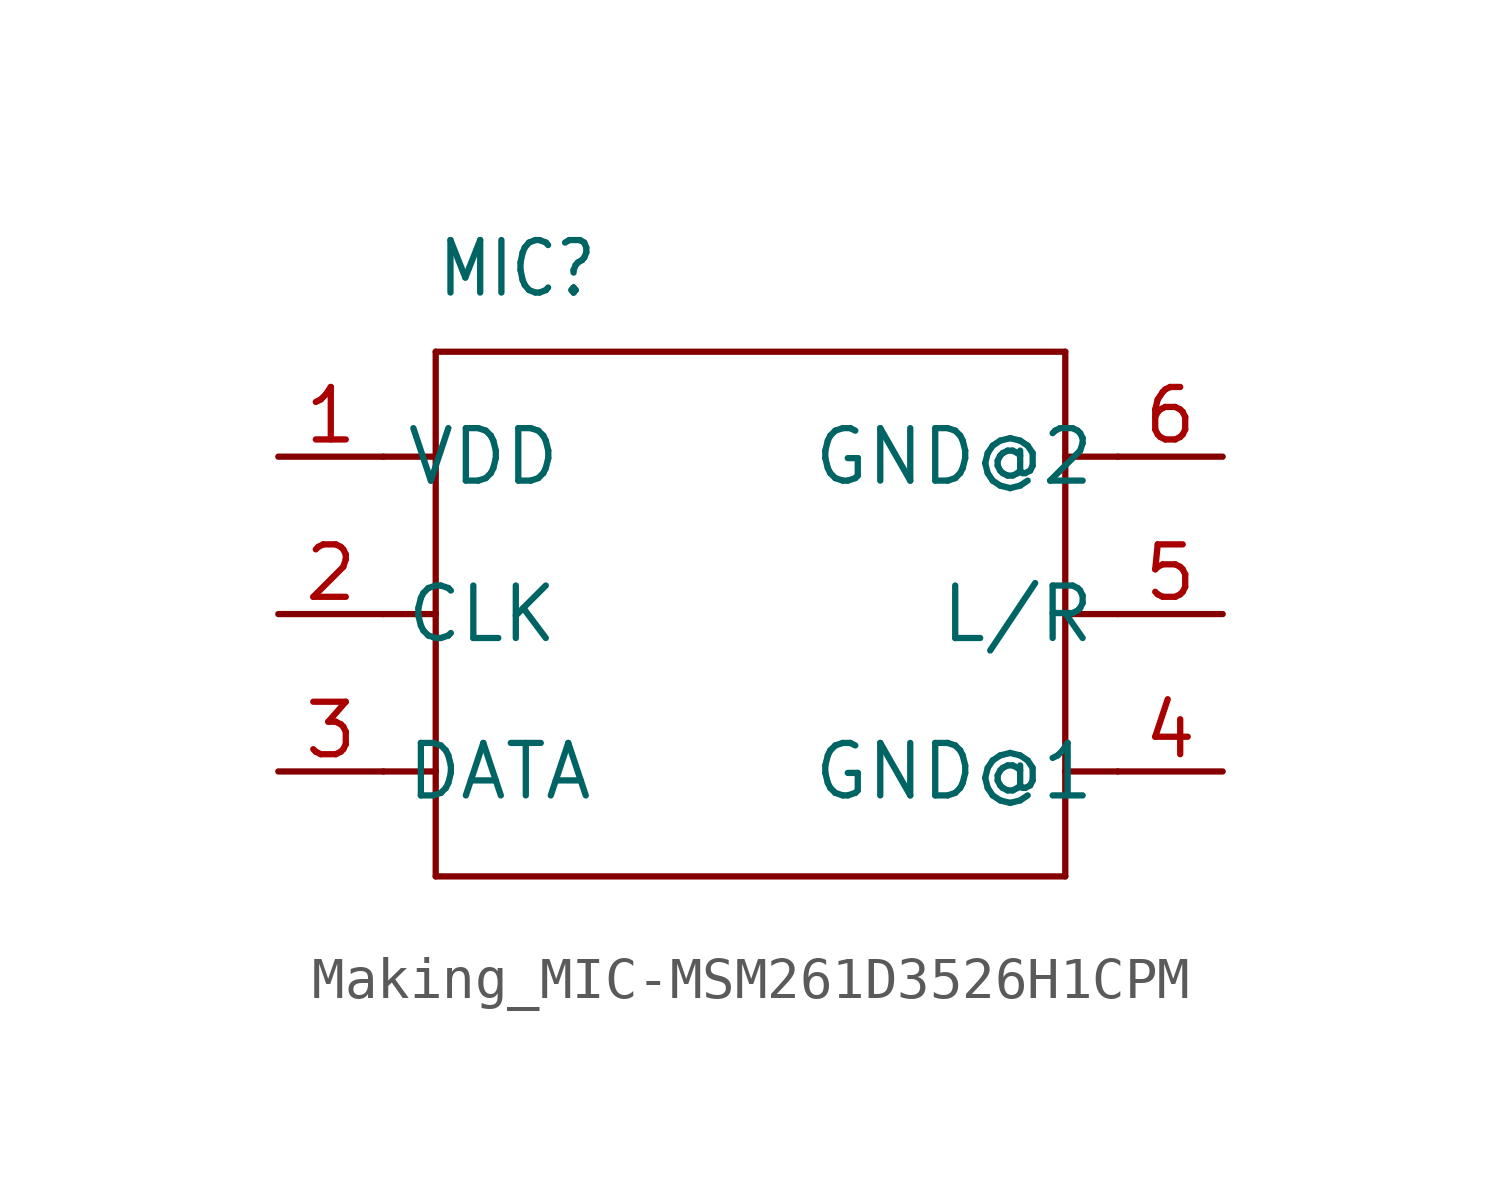
<source format=kicad_sym>
(kicad_symbol_lib
  (version 20231120)
  (generator "kicad_symbol_editor")
  (generator_version "8.0")
  (symbol "Making_MIC-MSM261D3526H1CPM"
    (property "Reference" "MIC"
      (at -7.62 7.62 0)
      (effects (font (size 1.27 1.079)) (justify left bottom)))
    (property "Value" ""
      (at -7.62 6.35 0)
      (effects (font (size 1.27 1.079)) (justify left bottom)))
    (property "ki_locked" ""
      (at 0 0 0)
      (effects (font (size 1.27 1.27))))
    (symbol "Making_MIC-MSM261D3526H1CPM_1_0"
      (polyline (pts (xy -7.62 -6.35) (xy -7.62 -3.81)) (stroke (width 0.152) (type solid)) (fill (type none)))
      (polyline (pts (xy -7.62 -3.81) (xy -8.89 -3.81)) (stroke (width 0.152) (type solid)) (fill (type none)))
      (polyline (pts (xy -7.62 -3.81) (xy -7.62 0)) (stroke (width 0.152) (type solid)) (fill (type none)))
      (polyline (pts (xy -7.62 0) (xy -8.89 0)) (stroke (width 0.152) (type solid)) (fill (type none)))
      (polyline (pts (xy -7.62 0) (xy -7.62 3.81)) (stroke (width 0.152) (type solid)) (fill (type none)))
      (polyline (pts (xy -7.62 3.81) (xy -8.89 3.81)) (stroke (width 0.152) (type solid)) (fill (type none)))
      (polyline (pts (xy -7.62 3.81) (xy -7.62 6.35)) (stroke (width 0.152) (type solid)) (fill (type none)))
      (polyline (pts (xy -7.62 6.35) (xy 7.62 6.35)) (stroke (width 0.152) (type solid)) (fill (type none)))
      (polyline (pts (xy 7.62 -6.35) (xy -7.62 -6.35)) (stroke (width 0.152) (type solid)) (fill (type none)))
      (polyline (pts (xy 7.62 -3.81) (xy 7.62 -6.35)) (stroke (width 0.152) (type solid)) (fill (type none)))
      (polyline (pts (xy 7.62 0) (xy 7.62 -3.81)) (stroke (width 0.152) (type solid)) (fill (type none)))
      (polyline (pts (xy 7.62 3.81) (xy 7.62 0)) (stroke (width 0.152) (type solid)) (fill (type none)))
      (polyline (pts (xy 7.62 6.35) (xy 7.62 3.81)) (stroke (width 0.152) (type solid)) (fill (type none)))
      (polyline (pts (xy 8.89 -3.81) (xy 7.62 -3.81)) (stroke (width 0.152) (type solid)) (fill (type none)))
      (polyline (pts (xy 8.89 0) (xy 7.62 0)) (stroke (width 0.152) (type solid)) (fill (type none)))
      (polyline (pts (xy 8.89 3.81) (xy 7.62 3.81)) (stroke (width 0.152) (type solid)) (fill (type none)))
      (pin bidirectional line (at -11.43 3.81 0) (length 2.54) (name "VDD" (effects (font (size 1.27 1.27)))) (number "1" (effects (font (size 1.27 1.27)))))
      (pin bidirectional line (at -11.43 0 0) (length 2.54) (name "CLK" (effects (font (size 1.27 1.27)))) (number "2" (effects (font (size 1.27 1.27)))))
      (pin bidirectional line (at -11.43 -3.81 0) (length 2.54) (name "DATA" (effects (font (size 1.27 1.27)))) (number "3" (effects (font (size 1.27 1.27)))))
      (pin bidirectional line (at 11.43 -3.81 180) (length 2.54) (name "GND@1" (effects (font (size 1.27 1.27)))) (number "4" (effects (font (size 1.27 1.27)))))
      (pin bidirectional line (at 11.43 0 180) (length 2.54) (name "L/R" (effects (font (size 1.27 1.27)))) (number "5" (effects (font (size 1.27 1.27)))))
      (pin bidirectional line (at 11.43 3.81 180) (length 2.54) (name "GND@2" (effects (font (size 1.27 1.27)))) (number "6" (effects (font (size 1.27 1.27))))))))
</source>
